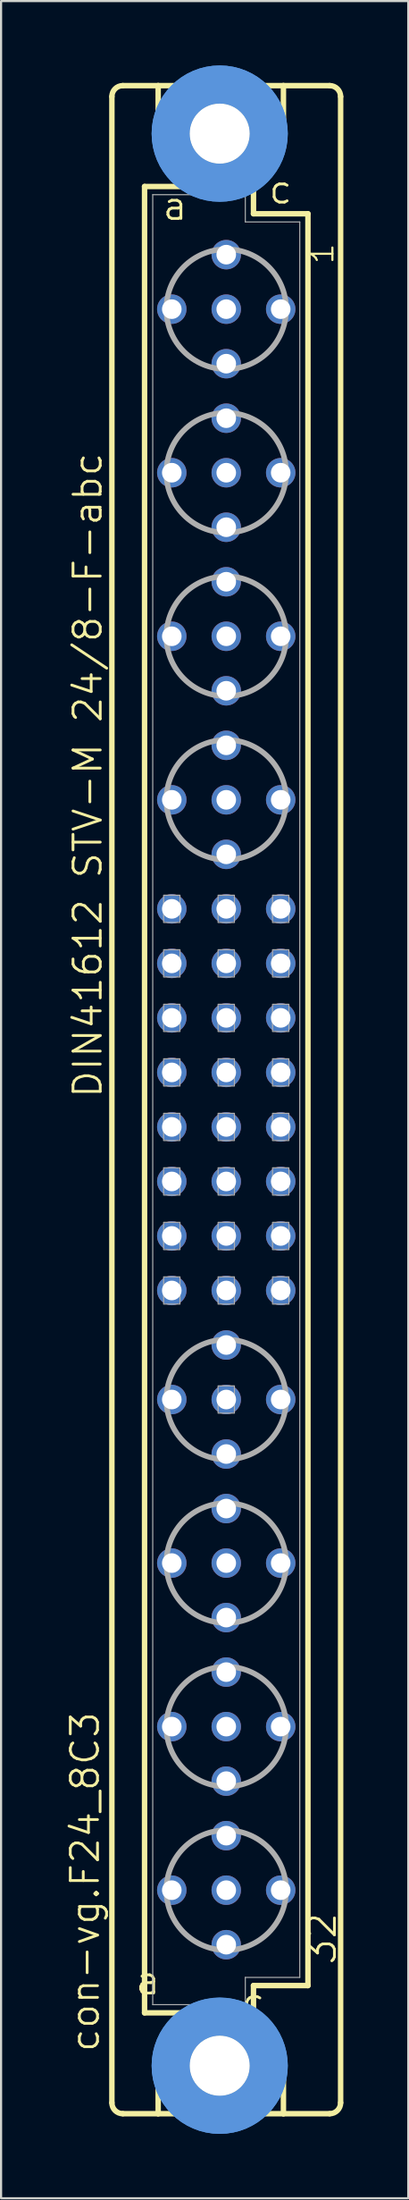
<source format=kicad_pcb>
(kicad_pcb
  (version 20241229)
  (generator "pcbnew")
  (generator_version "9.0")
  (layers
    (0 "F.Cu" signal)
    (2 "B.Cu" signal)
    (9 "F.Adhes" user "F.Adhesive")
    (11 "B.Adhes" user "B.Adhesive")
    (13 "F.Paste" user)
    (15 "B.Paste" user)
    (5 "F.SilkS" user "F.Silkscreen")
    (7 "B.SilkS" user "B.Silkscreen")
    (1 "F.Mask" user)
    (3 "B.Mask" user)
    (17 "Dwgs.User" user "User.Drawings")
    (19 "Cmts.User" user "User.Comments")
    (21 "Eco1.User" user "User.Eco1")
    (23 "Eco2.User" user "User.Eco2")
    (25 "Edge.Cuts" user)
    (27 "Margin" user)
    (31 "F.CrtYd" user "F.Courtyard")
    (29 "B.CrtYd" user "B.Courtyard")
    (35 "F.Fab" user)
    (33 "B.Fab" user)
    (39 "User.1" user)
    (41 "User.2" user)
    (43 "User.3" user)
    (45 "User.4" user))
  (footprint "con-vg.F24_8C3"
    (layer "F.Cu")
    (at 7.502 48.184)
    (property "Reference" "con-vg.F24_8C3" (at -5.842 44.45 90) (layer "F.SilkS") (effects (font (size 1.27 1.27) (thickness 0.13)) (justify left bottom)))
    (attr through_hole)
    (fp_line (start -5.334 46.736) (end -5.334 -46.736) (stroke (width 0.254) (type default)) (layer "F.SilkS"))
    (fp_line (start -4.826 -47.244) (end -3.175 -47.244) (stroke (width 0.254) (type default)) (layer "F.SilkS"))
    (fp_line (start -4.826 47.244) (end -3.175 47.244) (stroke (width 0.254) (type default)) (layer "F.SilkS"))
    (fp_line (start -3.81 -42.545) (end -3.81 42.545) (stroke (width 0.254) (type default)) (layer "F.SilkS"))
    (fp_line (start -3.81 42.545) (end -1.651 42.545) (stroke (width 0.254) (type default)) (layer "F.SilkS"))
    (fp_line (start -3.175 -47.244) (end -3.175 -44.45) (stroke (width 0.254) (type default)) (layer "F.SilkS"))
    (fp_line (start -3.175 47.244) (end -3.175 44.45) (stroke (width 0.254) (type default)) (layer "F.SilkS"))
    (fp_line (start -3.175 47.244) (end 2.667 47.244) (stroke (width 0.254) (type default)) (layer "F.SilkS"))
    (fp_line (start -1.651 -42.545) (end -3.81 -42.545) (stroke (width 0.254) (type default)) (layer "F.SilkS"))
    (fp_line (start -1.651 -42.545) (end -3.175 -44.45) (stroke (width 0.254) (type default)) (layer "F.SilkS"))
    (fp_line (start -1.651 42.545) (end -3.175 44.45) (stroke (width 0.254) (type default)) (layer "F.SilkS"))
    (fp_line (start -1.651 42.545) (end 1.143 42.545) (stroke (width 0.254) (type default)) (layer "F.SilkS"))
    (fp_line (start 1.143 -42.545) (end -1.651 -42.545) (stroke (width 0.254) (type default)) (layer "F.SilkS"))
    (fp_line (start 1.143 -42.545) (end 2.667 -44.45) (stroke (width 0.254) (type default)) (layer "F.SilkS"))
    (fp_line (start 1.143 42.545) (end 1.27 42.545) (stroke (width 0.254) (type default)) (layer "F.SilkS"))
    (fp_line (start 1.143 42.545) (end 2.667 44.45) (stroke (width 0.254) (type default)) (layer "F.SilkS"))
    (fp_line (start 1.27 -42.545) (end 1.143 -42.545) (stroke (width 0.254) (type default)) (layer "F.SilkS"))
    (fp_line (start 1.27 -41.275) (end 1.27 -42.545) (stroke (width 0.254) (type default)) (layer "F.SilkS"))
    (fp_line (start 1.27 41.275) (end 3.81 41.275) (stroke (width 0.254) (type default)) (layer "F.SilkS"))
    (fp_line (start 1.27 42.545) (end 1.27 41.275) (stroke (width 0.254) (type default)) (layer "F.SilkS"))
    (fp_line (start 2.667 -47.244) (end -3.175 -47.244) (stroke (width 0.254) (type default)) (layer "F.SilkS"))
    (fp_line (start 2.667 -47.244) (end 2.667 -44.45) (stroke (width 0.254) (type default)) (layer "F.SilkS"))
    (fp_line (start 2.667 47.244) (end 2.667 44.45) (stroke (width 0.254) (type default)) (layer "F.SilkS"))
    (fp_line (start 2.667 47.244) (end 4.826 47.244) (stroke (width 0.254) (type default)) (layer "F.SilkS"))
    (fp_line (start 3.81 -41.275) (end 1.27 -41.275) (stroke (width 0.254) (type default)) (layer "F.SilkS"))
    (fp_line (start 3.81 41.275) (end 3.81 -41.275) (stroke (width 0.254) (type default)) (layer "F.SilkS"))
    (fp_line (start 4.826 -47.244) (end 2.667 -47.244) (stroke (width 0.254) (type default)) (layer "F.SilkS"))
    (fp_line (start 5.334 46.736) (end 5.334 -46.736) (stroke (width 0.254) (type default)) (layer "F.SilkS"))
    (fp_arc (start -5.334 -46.736) (mid -5.18521 -47.09521) (end -4.826 -47.244) (stroke (width 0.254) (type default)) (layer "F.SilkS"))
    (fp_arc (start -4.826 47.244) (mid -5.18521 47.09521) (end -5.334 46.736) (stroke (width 0.254) (type default)) (layer "F.SilkS"))
    (fp_arc (start 4.826 -47.244) (mid 5.18521 -47.09521) (end 5.334 -46.736) (stroke (width 0.254) (type default)) (layer "F.SilkS"))
    (fp_arc (start 5.334 46.736) (mid 5.18521 47.09521) (end 4.826 47.244) (stroke (width 0.254) (type default)) (layer "F.SilkS"))
    (fp_circle (center -0.305 -45.009) (end 0.965 -45.009) (stroke (width 0.254) (type default)) (fill no) (layer "F.SilkS"))
    (fp_circle (center -0.305 45.009) (end 0.965 45.009) (stroke (width 0.254) (type default)) (fill no) (layer "F.SilkS"))
    (fp_circle (center -0.305 -45.009) (end 1.981 -45.009) (stroke (width 1.778) (type default)) (fill no) (layer "Cmts.User"))
    (fp_circle (center -0.305 -45.009) (end 1.981 -45.009) (stroke (width 1.778) (type default)) (fill no) (layer "Cmts.User"))
    (fp_circle (center -0.305 45.009) (end 1.981 45.009) (stroke (width 1.778) (type default)) (fill no) (layer "Cmts.User"))
    (fp_circle (center -0.305 45.009) (end 1.981 45.009) (stroke (width 1.778) (type default)) (fill no) (layer "Cmts.User"))
    (fp_line (start -3.429 -42.164) (end -3.429 42.164) (stroke (width 0.051) (type default)) (layer "F.Fab"))
    (fp_line (start -3.429 -42.164) (end 0.889 -42.164) (stroke (width 0.051) (type default)) (layer "F.Fab"))
    (fp_line (start -3.429 42.164) (end 0.889 42.164) (stroke (width 0.051) (type default)) (layer "F.Fab"))
    (fp_line (start 0.889 -42.164) (end 0.889 -40.894) (stroke (width 0.051) (type default)) (layer "F.Fab"))
    (fp_line (start 0.889 -40.894) (end 3.429 -40.894) (stroke (width 0.051) (type default)) (layer "F.Fab"))
    (fp_line (start 0.889 40.894) (end 3.429 40.894) (stroke (width 0.051) (type default)) (layer "F.Fab"))
    (fp_line (start 0.889 42.164) (end 0.889 40.894) (stroke (width 0.051) (type default)) (layer "F.Fab"))
    (fp_line (start 3.429 -40.894) (end 3.429 40.894) (stroke (width 0.051) (type default)) (layer "F.Fab"))
    (fp_rect (start -2.921 -8.255) (end -2.159 -9.525) (stroke (width 0.05) (type default)) (fill no) (layer "F.Fab"))
    (fp_rect (start -2.921 -5.715) (end -2.159 -6.985) (stroke (width 0.05) (type default)) (fill no) (layer "F.Fab"))
    (fp_rect (start -2.921 -3.175) (end -2.159 -4.445) (stroke (width 0.05) (type default)) (fill no) (layer "F.Fab"))
    (fp_rect (start -2.921 -0.635) (end -2.159 -1.905) (stroke (width 0.05) (type default)) (fill no) (layer "F.Fab"))
    (fp_rect (start -2.921 1.905) (end -2.159 0.635) (stroke (width 0.05) (type default)) (fill no) (layer "F.Fab"))
    (fp_rect (start -2.921 4.445) (end -2.159 3.175) (stroke (width 0.05) (type default)) (fill no) (layer "F.Fab"))
    (fp_rect (start -2.921 6.985) (end -2.159 5.715) (stroke (width 0.05) (type default)) (fill no) (layer "F.Fab"))
    (fp_rect (start -2.921 9.525) (end -2.159 8.255) (stroke (width 0.05) (type default)) (fill no) (layer "F.Fab"))
    (fp_rect (start -0.381 -8.255) (end 0.381 -9.525) (stroke (width 0.05) (type default)) (fill no) (layer "F.Fab"))
    (fp_rect (start -0.381 -5.715) (end 0.381 -6.985) (stroke (width 0.05) (type default)) (fill no) (layer "F.Fab"))
    (fp_rect (start -0.381 -3.175) (end 0.381 -4.445) (stroke (width 0.05) (type default)) (fill no) (layer "F.Fab"))
    (fp_rect (start -0.381 -0.635) (end 0.381 -1.905) (stroke (width 0.05) (type default)) (fill no) (layer "F.Fab"))
    (fp_rect (start -0.381 1.905) (end 0.381 0.635) (stroke (width 0.05) (type default)) (fill no) (layer "F.Fab"))
    (fp_rect (start -0.381 4.445) (end 0.381 3.175) (stroke (width 0.05) (type default)) (fill no) (layer "F.Fab"))
    (fp_rect (start -0.381 6.985) (end 0.381 5.715) (stroke (width 0.05) (type default)) (fill no) (layer "F.Fab"))
    (fp_rect (start -0.381 9.525) (end 0.381 8.255) (stroke (width 0.05) (type default)) (fill no) (layer "F.Fab"))
    (fp_rect (start -0.381 14.605) (end 0.381 13.335) (stroke (width 0.05) (type default)) (fill no) (layer "F.Fab"))
    (fp_rect (start 2.159 -8.255) (end 2.921 -9.525) (stroke (width 0.05) (type default)) (fill no) (layer "F.Fab"))
    (fp_rect (start 2.159 -5.715) (end 2.921 -6.985) (stroke (width 0.05) (type default)) (fill no) (layer "F.Fab"))
    (fp_rect (start 2.159 -3.175) (end 2.921 -4.445) (stroke (width 0.05) (type default)) (fill no) (layer "F.Fab"))
    (fp_rect (start 2.159 -0.635) (end 2.921 -1.905) (stroke (width 0.05) (type default)) (fill no) (layer "F.Fab"))
    (fp_rect (start 2.159 1.905) (end 2.921 0.635) (stroke (width 0.05) (type default)) (fill no) (layer "F.Fab"))
    (fp_rect (start 2.159 4.445) (end 2.921 3.175) (stroke (width 0.05) (type default)) (fill no) (layer "F.Fab"))
    (fp_rect (start 2.159 6.985) (end 2.921 5.715) (stroke (width 0.05) (type default)) (fill no) (layer "F.Fab"))
    (fp_rect (start 2.159 9.525) (end 2.921 8.255) (stroke (width 0.05) (type default)) (fill no) (layer "F.Fab"))
    (fp_circle (center 0 -36.83) (end 2.794 -36.83) (stroke (width 0.254) (type default)) (fill no) (layer "F.Fab"))
    (fp_circle (center 0 -29.21) (end 2.794 -29.21) (stroke (width 0.254) (type default)) (fill no) (layer "F.Fab"))
    (fp_circle (center 0 -21.59) (end 2.794 -21.59) (stroke (width 0.254) (type default)) (fill no) (layer "F.Fab"))
    (fp_circle (center 0 -13.97) (end 2.794 -13.97) (stroke (width 0.254) (type default)) (fill no) (layer "F.Fab"))
    (fp_circle (center 0 13.97) (end 2.794 13.97) (stroke (width 0.254) (type default)) (fill no) (layer "F.Fab"))
    (fp_circle (center 0 21.59) (end 2.794 21.59) (stroke (width 0.254) (type default)) (fill no) (layer "F.Fab"))
    (fp_circle (center 0 29.21) (end 2.794 29.21) (stroke (width 0.254) (type default)) (fill no) (layer "F.Fab"))
    (fp_circle (center 0 36.83) (end 2.794 36.83) (stroke (width 0.254) (type default)) (fill no) (layer "F.Fab"))
    (fp_text user "1" (at 5.08 -38.862 90) (layer "F.SilkS") (effects (font (size 1.016 1.016) (thickness 0.1)) (justify left bottom)))
    (fp_text user "c" (at 1.905 -41.656 0) (layer "F.SilkS") (effects (font (size 1.27 1.27) (thickness 0.13)) (justify left bottom)))
    (fp_text user "c " (at 0.635 42.799 0) (layer "F.SilkS") (effects (font (size 1.27 1.27) (thickness 0.13)) (justify left bottom)))
    (fp_text user "a " (at -4.318 41.783 0) (layer "F.SilkS") (effects (font (size 1.27 1.27) (thickness 0.13)) (justify left bottom)))
    (fp_text user "DIN41612 STV-M 24/8-F-abc" (at -5.715 0 90) (layer "F.SilkS") (effects (font (size 1.27 1.27) (thickness 0.13)) (justify left bottom)))
    (fp_text user "32" (at 5.207 40.386 90) (layer "F.SilkS") (effects (font (size 1.27 1.27) (thickness 0.13)) (justify left bottom)))
    (fp_text user "a" (at -3.048 -40.894 0) (layer "F.SilkS") (effects (font (size 1.27 1.27) (thickness 0.13)) (justify left bottom)))
    (pad "" np_thru_hole circle (at -0.305 -45.009) (size 2.794 2.794) (drill 2.794) (layers "*.Cu" "*.Mask"))
    (pad "" np_thru_hole circle (at -0.305 45.009) (size 2.794 2.794) (drill 2.794) (layers "*.Cu" "*.Mask"))
    (pad "A2" thru_hole circle (at -2.54 -36.83) (size 1.372 1.372) (drill 0.914) (layers "*.Cu" "*.Mask"))
    (pad "A5" thru_hole circle (at -2.54 -29.21) (size 1.372 1.372) (drill 0.914) (layers "*.Cu" "*.Mask"))
    (pad "A8" thru_hole circle (at -2.54 -21.59) (size 1.372 1.372) (drill 0.914) (layers "*.Cu" "*.Mask"))
    (pad "A11" thru_hole circle (at -2.54 -13.97) (size 1.372 1.372) (drill 0.914) (layers "*.Cu" "*.Mask"))
    (pad "A13" thru_hole circle (at -2.54 -8.89) (size 1.372 1.372) (drill 0.914) (layers "*.Cu" "*.Mask"))
    (pad "A14" thru_hole circle (at -2.54 -6.35) (size 1.372 1.372) (drill 0.914) (layers "*.Cu" "*.Mask"))
    (pad "A15" thru_hole circle (at -2.54 -3.81) (size 1.372 1.372) (drill 0.914) (layers "*.Cu" "*.Mask"))
    (pad "A16" thru_hole circle (at -2.54 -1.27) (size 1.372 1.372) (drill 0.914) (layers "*.Cu" "*.Mask"))
    (pad "A17" thru_hole circle (at -2.54 1.27) (size 1.372 1.372) (drill 0.914) (layers "*.Cu" "*.Mask"))
    (pad "A18" thru_hole circle (at -2.54 3.81) (size 1.372 1.372) (drill 0.914) (layers "*.Cu" "*.Mask"))
    (pad "A19" thru_hole circle (at -2.54 6.35) (size 1.372 1.372) (drill 0.914) (layers "*.Cu" "*.Mask"))
    (pad "A20" thru_hole circle (at -2.54 8.89) (size 1.372 1.372) (drill 0.914) (layers "*.Cu" "*.Mask"))
    (pad "A22" thru_hole circle (at -2.54 13.97) (size 1.372 1.372) (drill 0.914) (layers "*.Cu" "*.Mask"))
    (pad "A25" thru_hole circle (at -2.54 21.59) (size 1.372 1.372) (drill 0.914) (layers "*.Cu" "*.Mask"))
    (pad "A28" thru_hole circle (at -2.54 29.21) (size 1.372 1.372) (drill 0.914) (layers "*.Cu" "*.Mask"))
    (pad "A31" thru_hole circle (at -2.54 36.83) (size 1.372 1.372) (drill 0.914) (layers "*.Cu" "*.Mask"))
    (pad "B1" thru_hole circle (at 0 -39.37) (size 1.372 1.372) (drill 0.914) (layers "*.Cu" "*.Mask"))
    (pad "B2" thru_hole circle (at 0 -36.83) (size 1.372 1.372) (drill 0.914) (layers "*.Cu" "*.Mask"))
    (pad "B3" thru_hole circle (at 0 -34.29) (size 1.372 1.372) (drill 0.914) (layers "*.Cu" "*.Mask"))
    (pad "B4" thru_hole circle (at 0 -31.75) (size 1.372 1.372) (drill 0.914) (layers "*.Cu" "*.Mask"))
    (pad "B5" thru_hole circle (at 0 -29.21) (size 1.372 1.372) (drill 0.914) (layers "*.Cu" "*.Mask"))
    (pad "B6" thru_hole circle (at 0 -26.67) (size 1.372 1.372) (drill 0.914) (layers "*.Cu" "*.Mask"))
    (pad "B7" thru_hole circle (at 0 -24.13) (size 1.372 1.372) (drill 0.914) (layers "*.Cu" "*.Mask"))
    (pad "B8" thru_hole circle (at 0 -21.59) (size 1.372 1.372) (drill 0.914) (layers "*.Cu" "*.Mask"))
    (pad "B9" thru_hole circle (at 0 -19.05) (size 1.372 1.372) (drill 0.914) (layers "*.Cu" "*.Mask"))
    (pad "B10" thru_hole circle (at 0 -16.51) (size 1.372 1.372) (drill 0.914) (layers "*.Cu" "*.Mask"))
    (pad "B11" thru_hole circle (at 0 -13.97) (size 1.372 1.372) (drill 0.914) (layers "*.Cu" "*.Mask"))
    (pad "B12" thru_hole circle (at 0 -11.43) (size 1.372 1.372) (drill 0.914) (layers "*.Cu" "*.Mask"))
    (pad "B13" thru_hole circle (at 0 -8.89) (size 1.372 1.372) (drill 0.914) (layers "*.Cu" "*.Mask"))
    (pad "B14" thru_hole circle (at 0 -6.35) (size 1.372 1.372) (drill 0.914) (layers "*.Cu" "*.Mask"))
    (pad "B15" thru_hole circle (at 0 -3.81) (size 1.372 1.372) (drill 0.914) (layers "*.Cu" "*.Mask"))
    (pad "B16" thru_hole circle (at 0 -1.27) (size 1.372 1.372) (drill 0.914) (layers "*.Cu" "*.Mask"))
    (pad "B17" thru_hole circle (at 0 1.27) (size 1.372 1.372) (drill 0.914) (layers "*.Cu" "*.Mask"))
    (pad "B18" thru_hole circle (at 0 3.81) (size 1.372 1.372) (drill 0.914) (layers "*.Cu" "*.Mask"))
    (pad "B19" thru_hole circle (at 0 6.35) (size 1.372 1.372) (drill 0.914) (layers "*.Cu" "*.Mask"))
    (pad "B20" thru_hole circle (at 0 8.89) (size 1.372 1.372) (drill 0.914) (layers "*.Cu" "*.Mask"))
    (pad "B21" thru_hole circle (at 0 11.43) (size 1.372 1.372) (drill 0.914) (layers "*.Cu" "*.Mask"))
    (pad "B22" thru_hole circle (at 0 13.97) (size 1.372 1.372) (drill 0.914) (layers "*.Cu" "*.Mask"))
    (pad "B23" thru_hole circle (at 0 16.51) (size 1.372 1.372) (drill 0.914) (layers "*.Cu" "*.Mask"))
    (pad "B24" thru_hole circle (at 0 19.05) (size 1.372 1.372) (drill 0.914) (layers "*.Cu" "*.Mask"))
    (pad "B25" thru_hole circle (at 0 21.59) (size 1.372 1.372) (drill 0.914) (layers "*.Cu" "*.Mask"))
    (pad "B26" thru_hole circle (at 0 24.13) (size 1.372 1.372) (drill 0.914) (layers "*.Cu" "*.Mask"))
    (pad "B27" thru_hole circle (at 0 26.67) (size 1.372 1.372) (drill 0.914) (layers "*.Cu" "*.Mask"))
    (pad "B28" thru_hole circle (at 0 29.21) (size 1.372 1.372) (drill 0.914) (layers "*.Cu" "*.Mask"))
    (pad "B29" thru_hole circle (at 0 31.75) (size 1.372 1.372) (drill 0.914) (layers "*.Cu" "*.Mask"))
    (pad "B30" thru_hole circle (at 0 34.29) (size 1.372 1.372) (drill 0.914) (layers "*.Cu" "*.Mask"))
    (pad "B31" thru_hole circle (at 0 36.83) (size 1.372 1.372) (drill 0.914) (layers "*.Cu" "*.Mask"))
    (pad "B32" thru_hole circle (at 0 39.37) (size 1.372 1.372) (drill 0.914) (layers "*.Cu" "*.Mask"))
    (pad "C2" thru_hole circle (at 2.54 -36.83) (size 1.372 1.372) (drill 0.914) (layers "*.Cu" "*.Mask"))
    (pad "C5" thru_hole circle (at 2.54 -29.21) (size 1.372 1.372) (drill 0.914) (layers "*.Cu" "*.Mask"))
    (pad "C8" thru_hole circle (at 2.54 -21.59) (size 1.372 1.372) (drill 0.914) (layers "*.Cu" "*.Mask"))
    (pad "C11" thru_hole circle (at 2.54 -13.97) (size 1.372 1.372) (drill 0.914) (layers "*.Cu" "*.Mask"))
    (pad "C13" thru_hole circle (at 2.54 -8.89) (size 1.372 1.372) (drill 0.914) (layers "*.Cu" "*.Mask"))
    (pad "C14" thru_hole circle (at 2.54 -6.35) (size 1.372 1.372) (drill 0.914) (layers "*.Cu" "*.Mask"))
    (pad "C15" thru_hole circle (at 2.54 -3.81) (size 1.372 1.372) (drill 0.914) (layers "*.Cu" "*.Mask"))
    (pad "C16" thru_hole circle (at 2.54 -1.27) (size 1.372 1.372) (drill 0.914) (layers "*.Cu" "*.Mask"))
    (pad "C17" thru_hole circle (at 2.54 1.27) (size 1.372 1.372) (drill 0.914) (layers "*.Cu" "*.Mask"))
    (pad "C18" thru_hole circle (at 2.54 3.81) (size 1.372 1.372) (drill 0.914) (layers "*.Cu" "*.Mask"))
    (pad "C19" thru_hole circle (at 2.54 6.35) (size 1.372 1.372) (drill 0.914) (layers "*.Cu" "*.Mask"))
    (pad "C20" thru_hole circle (at 2.54 8.89) (size 1.372 1.372) (drill 0.914) (layers "*.Cu" "*.Mask"))
    (pad "C22" thru_hole circle (at 2.54 13.97) (size 1.372 1.372) (drill 0.914) (layers "*.Cu" "*.Mask"))
    (pad "C25" thru_hole circle (at 2.54 21.59) (size 1.372 1.372) (drill 0.914) (layers "*.Cu" "*.Mask"))
    (pad "C28" thru_hole circle (at 2.54 29.21) (size 1.372 1.372) (drill 0.914) (layers "*.Cu" "*.Mask"))
    (pad "C31" thru_hole circle (at 2.54 36.83) (size 1.372 1.372) (drill 0.914) (layers "*.Cu" "*.Mask")))
  (gr_rect
    (start -3 -3)
    (end 15.991 99.368)
    (stroke (width 0.1) (type default))
    (fill no)
    (layer "Edge.Cuts")))
</source>
